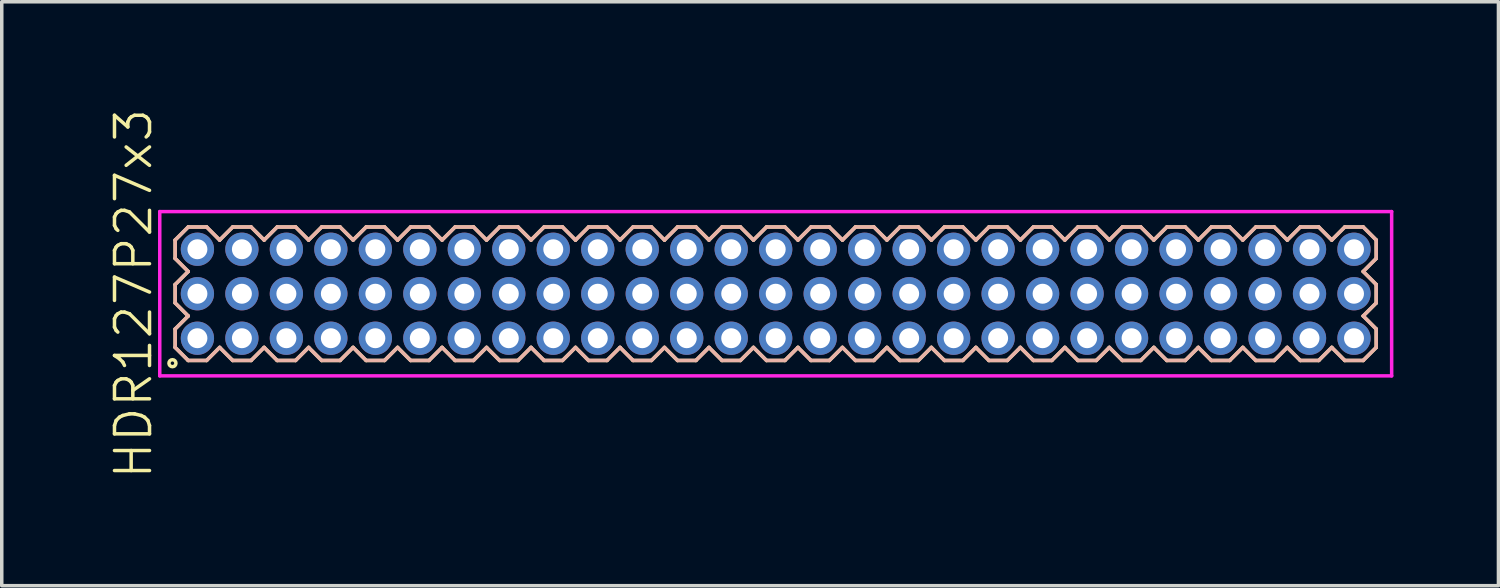
<source format=kicad_pcb>
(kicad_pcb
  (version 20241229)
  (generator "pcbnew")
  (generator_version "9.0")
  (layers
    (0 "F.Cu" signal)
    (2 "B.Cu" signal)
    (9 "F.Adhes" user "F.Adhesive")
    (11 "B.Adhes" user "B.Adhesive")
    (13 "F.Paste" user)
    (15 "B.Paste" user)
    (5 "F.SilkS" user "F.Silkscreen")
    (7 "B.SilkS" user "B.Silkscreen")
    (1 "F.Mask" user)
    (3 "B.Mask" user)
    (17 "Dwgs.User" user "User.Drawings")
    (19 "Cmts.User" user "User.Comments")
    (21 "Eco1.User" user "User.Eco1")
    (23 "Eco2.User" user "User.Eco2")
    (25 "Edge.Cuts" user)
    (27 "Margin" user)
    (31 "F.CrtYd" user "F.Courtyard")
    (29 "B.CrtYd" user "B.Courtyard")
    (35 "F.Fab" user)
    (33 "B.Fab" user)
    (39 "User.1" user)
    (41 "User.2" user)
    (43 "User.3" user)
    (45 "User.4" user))
  (footprint "HDR127P27x3"
    (layer "F.Cu")
    (at 19.096 5.336)
    (property "Reference" "HDR127P27x3" (at -18.335 0 90) (layer "F.SilkS") (effects (font (size 1 1) (thickness 0.1))))
    (attr through_hole)
    (fp_line (start -17.145 -1.533) (end -16.773 -1.905) (stroke (width 0.1) (type solid)) (layer "F.SilkS"))
    (fp_line (start -17.145 -1.007) (end -17.145 -1.533) (stroke (width 0.1) (type solid)) (layer "F.SilkS"))
    (fp_line (start -17.145 -0.263) (end -16.773 -0.635) (stroke (width 0.1) (type solid)) (layer "F.SilkS"))
    (fp_line (start -17.145 0.263) (end -17.145 -0.263) (stroke (width 0.1) (type solid)) (layer "F.SilkS"))
    (fp_line (start -17.145 1.007) (end -16.773 0.635) (stroke (width 0.1) (type solid)) (layer "F.SilkS"))
    (fp_line (start -17.145 1.533) (end -17.145 1.007) (stroke (width 0.1) (type solid)) (layer "F.SilkS"))
    (fp_line (start -16.773 -1.905) (end -16.247 -1.905) (stroke (width 0.1) (type solid)) (layer "F.SilkS"))
    (fp_line (start -16.773 -0.635) (end -17.145 -1.007) (stroke (width 0.1) (type solid)) (layer "F.SilkS"))
    (fp_line (start -16.773 0.635) (end -17.145 0.263) (stroke (width 0.1) (type solid)) (layer "F.SilkS"))
    (fp_line (start -16.773 1.905) (end -17.145 1.533) (stroke (width 0.1) (type solid)) (layer "F.SilkS"))
    (fp_line (start -16.247 -1.905) (end -15.875 -1.533) (stroke (width 0.1) (type solid)) (layer "F.SilkS"))
    (fp_line (start -16.247 1.905) (end -16.773 1.905) (stroke (width 0.1) (type solid)) (layer "F.SilkS"))
    (fp_line (start -15.875 -1.533) (end -15.503 -1.905) (stroke (width 0.1) (type solid)) (layer "F.SilkS"))
    (fp_line (start -15.875 1.533) (end -16.247 1.905) (stroke (width 0.1) (type solid)) (layer "F.SilkS"))
    (fp_line (start -15.503 -1.905) (end -14.977 -1.905) (stroke (width 0.1) (type solid)) (layer "F.SilkS"))
    (fp_line (start -15.503 1.905) (end -15.875 1.533) (stroke (width 0.1) (type solid)) (layer "F.SilkS"))
    (fp_line (start -14.977 -1.905) (end -14.605 -1.533) (stroke (width 0.1) (type solid)) (layer "F.SilkS"))
    (fp_line (start -14.977 1.905) (end -15.503 1.905) (stroke (width 0.1) (type solid)) (layer "F.SilkS"))
    (fp_line (start -14.605 -1.533) (end -14.233 -1.905) (stroke (width 0.1) (type solid)) (layer "F.SilkS"))
    (fp_line (start -14.605 1.533) (end -14.977 1.905) (stroke (width 0.1) (type solid)) (layer "F.SilkS"))
    (fp_line (start -14.233 -1.905) (end -13.707 -1.905) (stroke (width 0.1) (type solid)) (layer "F.SilkS"))
    (fp_line (start -14.233 1.905) (end -14.605 1.533) (stroke (width 0.1) (type solid)) (layer "F.SilkS"))
    (fp_line (start -13.707 -1.905) (end -13.335 -1.533) (stroke (width 0.1) (type solid)) (layer "F.SilkS"))
    (fp_line (start -13.707 1.905) (end -14.233 1.905) (stroke (width 0.1) (type solid)) (layer "F.SilkS"))
    (fp_line (start -13.335 -1.533) (end -12.963 -1.905) (stroke (width 0.1) (type solid)) (layer "F.SilkS"))
    (fp_line (start -13.335 1.533) (end -13.707 1.905) (stroke (width 0.1) (type solid)) (layer "F.SilkS"))
    (fp_line (start -12.963 -1.905) (end -12.437 -1.905) (stroke (width 0.1) (type solid)) (layer "F.SilkS"))
    (fp_line (start -12.963 1.905) (end -13.335 1.533) (stroke (width 0.1) (type solid)) (layer "F.SilkS"))
    (fp_line (start -12.437 -1.905) (end -12.065 -1.533) (stroke (width 0.1) (type solid)) (layer "F.SilkS"))
    (fp_line (start -12.437 1.905) (end -12.963 1.905) (stroke (width 0.1) (type solid)) (layer "F.SilkS"))
    (fp_line (start -12.065 -1.533) (end -11.693 -1.905) (stroke (width 0.1) (type solid)) (layer "F.SilkS"))
    (fp_line (start -12.065 1.533) (end -12.437 1.905) (stroke (width 0.1) (type solid)) (layer "F.SilkS"))
    (fp_line (start -11.693 -1.905) (end -11.167 -1.905) (stroke (width 0.1) (type solid)) (layer "F.SilkS"))
    (fp_line (start -11.693 1.905) (end -12.065 1.533) (stroke (width 0.1) (type solid)) (layer "F.SilkS"))
    (fp_line (start -11.167 -1.905) (end -10.795 -1.533) (stroke (width 0.1) (type solid)) (layer "F.SilkS"))
    (fp_line (start -11.167 1.905) (end -11.693 1.905) (stroke (width 0.1) (type solid)) (layer "F.SilkS"))
    (fp_line (start -10.795 -1.533) (end -10.423 -1.905) (stroke (width 0.1) (type solid)) (layer "F.SilkS"))
    (fp_line (start -10.795 1.533) (end -11.167 1.905) (stroke (width 0.1) (type solid)) (layer "F.SilkS"))
    (fp_line (start -10.423 -1.905) (end -9.897 -1.905) (stroke (width 0.1) (type solid)) (layer "F.SilkS"))
    (fp_line (start -10.423 1.905) (end -10.795 1.533) (stroke (width 0.1) (type solid)) (layer "F.SilkS"))
    (fp_line (start -9.897 -1.905) (end -9.525 -1.533) (stroke (width 0.1) (type solid)) (layer "F.SilkS"))
    (fp_line (start -9.897 1.905) (end -10.423 1.905) (stroke (width 0.1) (type solid)) (layer "F.SilkS"))
    (fp_line (start -9.525 -1.533) (end -9.153 -1.905) (stroke (width 0.1) (type solid)) (layer "F.SilkS"))
    (fp_line (start -9.525 1.533) (end -9.897 1.905) (stroke (width 0.1) (type solid)) (layer "F.SilkS"))
    (fp_line (start -9.153 -1.905) (end -8.627 -1.905) (stroke (width 0.1) (type solid)) (layer "F.SilkS"))
    (fp_line (start -9.153 1.905) (end -9.525 1.533) (stroke (width 0.1) (type solid)) (layer "F.SilkS"))
    (fp_line (start -8.627 -1.905) (end -8.255 -1.533) (stroke (width 0.1) (type solid)) (layer "F.SilkS"))
    (fp_line (start -8.627 1.905) (end -9.153 1.905) (stroke (width 0.1) (type solid)) (layer "F.SilkS"))
    (fp_line (start -8.255 -1.533) (end -7.883 -1.905) (stroke (width 0.1) (type solid)) (layer "F.SilkS"))
    (fp_line (start -8.255 1.533) (end -8.627 1.905) (stroke (width 0.1) (type solid)) (layer "F.SilkS"))
    (fp_line (start -7.883 -1.905) (end -7.357 -1.905) (stroke (width 0.1) (type solid)) (layer "F.SilkS"))
    (fp_line (start -7.883 1.905) (end -8.255 1.533) (stroke (width 0.1) (type solid)) (layer "F.SilkS"))
    (fp_line (start -7.357 -1.905) (end -6.985 -1.533) (stroke (width 0.1) (type solid)) (layer "F.SilkS"))
    (fp_line (start -7.357 1.905) (end -7.883 1.905) (stroke (width 0.1) (type solid)) (layer "F.SilkS"))
    (fp_line (start -6.985 -1.533) (end -6.613 -1.905) (stroke (width 0.1) (type solid)) (layer "F.SilkS"))
    (fp_line (start -6.985 1.533) (end -7.357 1.905) (stroke (width 0.1) (type solid)) (layer "F.SilkS"))
    (fp_line (start -6.613 -1.905) (end -6.087 -1.905) (stroke (width 0.1) (type solid)) (layer "F.SilkS"))
    (fp_line (start -6.613 1.905) (end -6.985 1.533) (stroke (width 0.1) (type solid)) (layer "F.SilkS"))
    (fp_line (start -6.087 -1.905) (end -5.715 -1.533) (stroke (width 0.1) (type solid)) (layer "F.SilkS"))
    (fp_line (start -6.087 1.905) (end -6.613 1.905) (stroke (width 0.1) (type solid)) (layer "F.SilkS"))
    (fp_line (start -5.715 -1.533) (end -5.343 -1.905) (stroke (width 0.1) (type solid)) (layer "F.SilkS"))
    (fp_line (start -5.715 1.533) (end -6.087 1.905) (stroke (width 0.1) (type solid)) (layer "F.SilkS"))
    (fp_line (start -5.343 -1.905) (end -4.817 -1.905) (stroke (width 0.1) (type solid)) (layer "F.SilkS"))
    (fp_line (start -5.343 1.905) (end -5.715 1.533) (stroke (width 0.1) (type solid)) (layer "F.SilkS"))
    (fp_line (start -4.817 -1.905) (end -4.445 -1.533) (stroke (width 0.1) (type solid)) (layer "F.SilkS"))
    (fp_line (start -4.817 1.905) (end -5.343 1.905) (stroke (width 0.1) (type solid)) (layer "F.SilkS"))
    (fp_line (start -4.445 -1.533) (end -4.073 -1.905) (stroke (width 0.1) (type solid)) (layer "F.SilkS"))
    (fp_line (start -4.445 1.533) (end -4.817 1.905) (stroke (width 0.1) (type solid)) (layer "F.SilkS"))
    (fp_line (start -4.073 -1.905) (end -3.547 -1.905) (stroke (width 0.1) (type solid)) (layer "F.SilkS"))
    (fp_line (start -4.073 1.905) (end -4.445 1.533) (stroke (width 0.1) (type solid)) (layer "F.SilkS"))
    (fp_line (start -3.547 -1.905) (end -3.175 -1.533) (stroke (width 0.1) (type solid)) (layer "F.SilkS"))
    (fp_line (start -3.547 1.905) (end -4.073 1.905) (stroke (width 0.1) (type solid)) (layer "F.SilkS"))
    (fp_line (start -3.175 -1.533) (end -2.803 -1.905) (stroke (width 0.1) (type solid)) (layer "F.SilkS"))
    (fp_line (start -3.175 1.533) (end -3.547 1.905) (stroke (width 0.1) (type solid)) (layer "F.SilkS"))
    (fp_line (start -2.803 -1.905) (end -2.277 -1.905) (stroke (width 0.1) (type solid)) (layer "F.SilkS"))
    (fp_line (start -2.803 1.905) (end -3.175 1.533) (stroke (width 0.1) (type solid)) (layer "F.SilkS"))
    (fp_line (start -2.277 -1.905) (end -1.905 -1.533) (stroke (width 0.1) (type solid)) (layer "F.SilkS"))
    (fp_line (start -2.277 1.905) (end -2.803 1.905) (stroke (width 0.1) (type solid)) (layer "F.SilkS"))
    (fp_line (start -1.905 -1.533) (end -1.533 -1.905) (stroke (width 0.1) (type solid)) (layer "F.SilkS"))
    (fp_line (start -1.905 1.533) (end -2.277 1.905) (stroke (width 0.1) (type solid)) (layer "F.SilkS"))
    (fp_line (start -1.533 -1.905) (end -1.007 -1.905) (stroke (width 0.1) (type solid)) (layer "F.SilkS"))
    (fp_line (start -1.533 1.905) (end -1.905 1.533) (stroke (width 0.1) (type solid)) (layer "F.SilkS"))
    (fp_line (start -1.007 -1.905) (end -0.635 -1.533) (stroke (width 0.1) (type solid)) (layer "F.SilkS"))
    (fp_line (start -1.007 1.905) (end -1.533 1.905) (stroke (width 0.1) (type solid)) (layer "F.SilkS"))
    (fp_line (start -0.635 -1.533) (end -0.263 -1.905) (stroke (width 0.1) (type solid)) (layer "F.SilkS"))
    (fp_line (start -0.635 1.533) (end -1.007 1.905) (stroke (width 0.1) (type solid)) (layer "F.SilkS"))
    (fp_line (start -0.263 -1.905) (end 0.263 -1.905) (stroke (width 0.1) (type solid)) (layer "F.SilkS"))
    (fp_line (start -0.263 1.905) (end -0.635 1.533) (stroke (width 0.1) (type solid)) (layer "F.SilkS"))
    (fp_line (start 0.263 -1.905) (end 0.635 -1.533) (stroke (width 0.1) (type solid)) (layer "F.SilkS"))
    (fp_line (start 0.263 1.905) (end -0.263 1.905) (stroke (width 0.1) (type solid)) (layer "F.SilkS"))
    (fp_line (start 0.635 -1.533) (end 1.007 -1.905) (stroke (width 0.1) (type solid)) (layer "F.SilkS"))
    (fp_line (start 0.635 1.533) (end 0.263 1.905) (stroke (width 0.1) (type solid)) (layer "F.SilkS"))
    (fp_line (start 1.007 -1.905) (end 1.533 -1.905) (stroke (width 0.1) (type solid)) (layer "F.SilkS"))
    (fp_line (start 1.007 1.905) (end 0.635 1.533) (stroke (width 0.1) (type solid)) (layer "F.SilkS"))
    (fp_line (start 1.533 -1.905) (end 1.905 -1.533) (stroke (width 0.1) (type solid)) (layer "F.SilkS"))
    (fp_line (start 1.533 1.905) (end 1.007 1.905) (stroke (width 0.1) (type solid)) (layer "F.SilkS"))
    (fp_line (start 1.905 -1.533) (end 2.277 -1.905) (stroke (width 0.1) (type solid)) (layer "F.SilkS"))
    (fp_line (start 1.905 1.533) (end 1.533 1.905) (stroke (width 0.1) (type solid)) (layer "F.SilkS"))
    (fp_line (start 2.277 -1.905) (end 2.803 -1.905) (stroke (width 0.1) (type solid)) (layer "F.SilkS"))
    (fp_line (start 2.277 1.905) (end 1.905 1.533) (stroke (width 0.1) (type solid)) (layer "F.SilkS"))
    (fp_line (start 2.803 -1.905) (end 3.175 -1.533) (stroke (width 0.1) (type solid)) (layer "F.SilkS"))
    (fp_line (start 2.803 1.905) (end 2.277 1.905) (stroke (width 0.1) (type solid)) (layer "F.SilkS"))
    (fp_line (start 3.175 -1.533) (end 3.547 -1.905) (stroke (width 0.1) (type solid)) (layer "F.SilkS"))
    (fp_line (start 3.175 1.533) (end 2.803 1.905) (stroke (width 0.1) (type solid)) (layer "F.SilkS"))
    (fp_line (start 3.547 -1.905) (end 4.073 -1.905) (stroke (width 0.1) (type solid)) (layer "F.SilkS"))
    (fp_line (start 3.547 1.905) (end 3.175 1.533) (stroke (width 0.1) (type solid)) (layer "F.SilkS"))
    (fp_line (start 4.073 -1.905) (end 4.445 -1.533) (stroke (width 0.1) (type solid)) (layer "F.SilkS"))
    (fp_line (start 4.073 1.905) (end 3.547 1.905) (stroke (width 0.1) (type solid)) (layer "F.SilkS"))
    (fp_line (start 4.445 -1.533) (end 4.817 -1.905) (stroke (width 0.1) (type solid)) (layer "F.SilkS"))
    (fp_line (start 4.445 1.533) (end 4.073 1.905) (stroke (width 0.1) (type solid)) (layer "F.SilkS"))
    (fp_line (start 4.817 -1.905) (end 5.343 -1.905) (stroke (width 0.1) (type solid)) (layer "F.SilkS"))
    (fp_line (start 4.817 1.905) (end 4.445 1.533) (stroke (width 0.1) (type solid)) (layer "F.SilkS"))
    (fp_line (start 5.343 -1.905) (end 5.715 -1.533) (stroke (width 0.1) (type solid)) (layer "F.SilkS"))
    (fp_line (start 5.343 1.905) (end 4.817 1.905) (stroke (width 0.1) (type solid)) (layer "F.SilkS"))
    (fp_line (start 5.715 -1.533) (end 6.087 -1.905) (stroke (width 0.1) (type solid)) (layer "F.SilkS"))
    (fp_line (start 5.715 1.533) (end 5.343 1.905) (stroke (width 0.1) (type solid)) (layer "F.SilkS"))
    (fp_line (start 6.087 -1.905) (end 6.613 -1.905) (stroke (width 0.1) (type solid)) (layer "F.SilkS"))
    (fp_line (start 6.087 1.905) (end 5.715 1.533) (stroke (width 0.1) (type solid)) (layer "F.SilkS"))
    (fp_line (start 6.613 -1.905) (end 6.985 -1.533) (stroke (width 0.1) (type solid)) (layer "F.SilkS"))
    (fp_line (start 6.613 1.905) (end 6.087 1.905) (stroke (width 0.1) (type solid)) (layer "F.SilkS"))
    (fp_line (start 6.985 -1.533) (end 7.357 -1.905) (stroke (width 0.1) (type solid)) (layer "F.SilkS"))
    (fp_line (start 6.985 1.533) (end 6.613 1.905) (stroke (width 0.1) (type solid)) (layer "F.SilkS"))
    (fp_line (start 7.357 -1.905) (end 7.883 -1.905) (stroke (width 0.1) (type solid)) (layer "F.SilkS"))
    (fp_line (start 7.357 1.905) (end 6.985 1.533) (stroke (width 0.1) (type solid)) (layer "F.SilkS"))
    (fp_line (start 7.883 -1.905) (end 8.255 -1.533) (stroke (width 0.1) (type solid)) (layer "F.SilkS"))
    (fp_line (start 7.883 1.905) (end 7.357 1.905) (stroke (width 0.1) (type solid)) (layer "F.SilkS"))
    (fp_line (start 8.255 -1.533) (end 8.627 -1.905) (stroke (width 0.1) (type solid)) (layer "F.SilkS"))
    (fp_line (start 8.255 1.533) (end 7.883 1.905) (stroke (width 0.1) (type solid)) (layer "F.SilkS"))
    (fp_line (start 8.627 -1.905) (end 9.153 -1.905) (stroke (width 0.1) (type solid)) (layer "F.SilkS"))
    (fp_line (start 8.627 1.905) (end 8.255 1.533) (stroke (width 0.1) (type solid)) (layer "F.SilkS"))
    (fp_line (start 9.153 -1.905) (end 9.525 -1.533) (stroke (width 0.1) (type solid)) (layer "F.SilkS"))
    (fp_line (start 9.153 1.905) (end 8.627 1.905) (stroke (width 0.1) (type solid)) (layer "F.SilkS"))
    (fp_line (start 9.525 -1.533) (end 9.897 -1.905) (stroke (width 0.1) (type solid)) (layer "F.SilkS"))
    (fp_line (start 9.525 1.533) (end 9.153 1.905) (stroke (width 0.1) (type solid)) (layer "F.SilkS"))
    (fp_line (start 9.897 -1.905) (end 10.423 -1.905) (stroke (width 0.1) (type solid)) (layer "F.SilkS"))
    (fp_line (start 9.897 1.905) (end 9.525 1.533) (stroke (width 0.1) (type solid)) (layer "F.SilkS"))
    (fp_line (start 10.423 -1.905) (end 10.795 -1.533) (stroke (width 0.1) (type solid)) (layer "F.SilkS"))
    (fp_line (start 10.423 1.905) (end 9.897 1.905) (stroke (width 0.1) (type solid)) (layer "F.SilkS"))
    (fp_line (start 10.795 -1.533) (end 11.167 -1.905) (stroke (width 0.1) (type solid)) (layer "F.SilkS"))
    (fp_line (start 10.795 1.533) (end 10.423 1.905) (stroke (width 0.1) (type solid)) (layer "F.SilkS"))
    (fp_line (start 11.167 -1.905) (end 11.693 -1.905) (stroke (width 0.1) (type solid)) (layer "F.SilkS"))
    (fp_line (start 11.167 1.905) (end 10.795 1.533) (stroke (width 0.1) (type solid)) (layer "F.SilkS"))
    (fp_line (start 11.693 -1.905) (end 12.065 -1.533) (stroke (width 0.1) (type solid)) (layer "F.SilkS"))
    (fp_line (start 11.693 1.905) (end 11.167 1.905) (stroke (width 0.1) (type solid)) (layer "F.SilkS"))
    (fp_line (start 12.065 -1.533) (end 12.437 -1.905) (stroke (width 0.1) (type solid)) (layer "F.SilkS"))
    (fp_line (start 12.065 1.533) (end 11.693 1.905) (stroke (width 0.1) (type solid)) (layer "F.SilkS"))
    (fp_line (start 12.437 -1.905) (end 12.963 -1.905) (stroke (width 0.1) (type solid)) (layer "F.SilkS"))
    (fp_line (start 12.437 1.905) (end 12.065 1.533) (stroke (width 0.1) (type solid)) (layer "F.SilkS"))
    (fp_line (start 12.963 -1.905) (end 13.335 -1.533) (stroke (width 0.1) (type solid)) (layer "F.SilkS"))
    (fp_line (start 12.963 1.905) (end 12.437 1.905) (stroke (width 0.1) (type solid)) (layer "F.SilkS"))
    (fp_line (start 13.335 -1.533) (end 13.707 -1.905) (stroke (width 0.1) (type solid)) (layer "F.SilkS"))
    (fp_line (start 13.335 1.533) (end 12.963 1.905) (stroke (width 0.1) (type solid)) (layer "F.SilkS"))
    (fp_line (start 13.707 -1.905) (end 14.233 -1.905) (stroke (width 0.1) (type solid)) (layer "F.SilkS"))
    (fp_line (start 13.707 1.905) (end 13.335 1.533) (stroke (width 0.1) (type solid)) (layer "F.SilkS"))
    (fp_line (start 14.233 -1.905) (end 14.605 -1.533) (stroke (width 0.1) (type solid)) (layer "F.SilkS"))
    (fp_line (start 14.233 1.905) (end 13.707 1.905) (stroke (width 0.1) (type solid)) (layer "F.SilkS"))
    (fp_line (start 14.605 -1.533) (end 14.977 -1.905) (stroke (width 0.1) (type solid)) (layer "F.SilkS"))
    (fp_line (start 14.605 1.533) (end 14.233 1.905) (stroke (width 0.1) (type solid)) (layer "F.SilkS"))
    (fp_line (start 14.977 -1.905) (end 15.503 -1.905) (stroke (width 0.1) (type solid)) (layer "F.SilkS"))
    (fp_line (start 14.977 1.905) (end 14.605 1.533) (stroke (width 0.1) (type solid)) (layer "F.SilkS"))
    (fp_line (start 15.503 -1.905) (end 15.875 -1.533) (stroke (width 0.1) (type solid)) (layer "F.SilkS"))
    (fp_line (start 15.503 1.905) (end 14.977 1.905) (stroke (width 0.1) (type solid)) (layer "F.SilkS"))
    (fp_line (start 15.875 -1.533) (end 16.247 -1.905) (stroke (width 0.1) (type solid)) (layer "F.SilkS"))
    (fp_line (start 15.875 1.533) (end 15.503 1.905) (stroke (width 0.1) (type solid)) (layer "F.SilkS"))
    (fp_line (start 16.247 -1.905) (end 16.773 -1.905) (stroke (width 0.1) (type solid)) (layer "F.SilkS"))
    (fp_line (start 16.247 1.905) (end 15.875 1.533) (stroke (width 0.1) (type solid)) (layer "F.SilkS"))
    (fp_line (start 16.773 -1.905) (end 17.145 -1.533) (stroke (width 0.1) (type solid)) (layer "F.SilkS"))
    (fp_line (start 16.773 -0.635) (end 17.145 -0.263) (stroke (width 0.1) (type solid)) (layer "F.SilkS"))
    (fp_line (start 16.773 0.635) (end 17.145 1.007) (stroke (width 0.1) (type solid)) (layer "F.SilkS"))
    (fp_line (start 16.773 1.905) (end 16.247 1.905) (stroke (width 0.1) (type solid)) (layer "F.SilkS"))
    (fp_line (start 17.145 -1.533) (end 17.145 -1.007) (stroke (width 0.1) (type solid)) (layer "F.SilkS"))
    (fp_line (start 17.145 -1.007) (end 16.773 -0.635) (stroke (width 0.1) (type solid)) (layer "F.SilkS"))
    (fp_line (start 17.145 -0.263) (end 17.145 0.263) (stroke (width 0.1) (type solid)) (layer "F.SilkS"))
    (fp_line (start 17.145 0.263) (end 16.773 0.635) (stroke (width 0.1) (type solid)) (layer "F.SilkS"))
    (fp_line (start 17.145 1.007) (end 17.145 1.533) (stroke (width 0.1) (type solid)) (layer "F.SilkS"))
    (fp_line (start 17.145 1.533) (end 16.773 1.905) (stroke (width 0.1) (type solid)) (layer "F.SilkS"))
    (fp_circle (center -17.223 1.983) (end -17.123 1.983) (stroke (width 0.1) (type solid)) (fill no) (layer "F.SilkS"))
    (fp_line (start -17.145 -1.533) (end -16.773 -1.905) (stroke (width 0.1) (type solid)) (layer "B.SilkS"))
    (fp_line (start -17.145 -1.007) (end -17.145 -1.533) (stroke (width 0.1) (type solid)) (layer "B.SilkS"))
    (fp_line (start -17.145 -0.263) (end -16.773 -0.635) (stroke (width 0.1) (type solid)) (layer "B.SilkS"))
    (fp_line (start -17.145 0.263) (end -17.145 -0.263) (stroke (width 0.1) (type solid)) (layer "B.SilkS"))
    (fp_line (start -17.145 1.007) (end -16.773 0.635) (stroke (width 0.1) (type solid)) (layer "B.SilkS"))
    (fp_line (start -17.145 1.533) (end -17.145 1.007) (stroke (width 0.1) (type solid)) (layer "B.SilkS"))
    (fp_line (start -16.773 -1.905) (end -16.247 -1.905) (stroke (width 0.1) (type solid)) (layer "B.SilkS"))
    (fp_line (start -16.773 -0.635) (end -17.145 -1.007) (stroke (width 0.1) (type solid)) (layer "B.SilkS"))
    (fp_line (start -16.773 0.635) (end -17.145 0.263) (stroke (width 0.1) (type solid)) (layer "B.SilkS"))
    (fp_line (start -16.773 1.905) (end -17.145 1.533) (stroke (width 0.1) (type solid)) (layer "B.SilkS"))
    (fp_line (start -16.247 -1.905) (end -15.875 -1.533) (stroke (width 0.1) (type solid)) (layer "B.SilkS"))
    (fp_line (start -16.247 1.905) (end -16.773 1.905) (stroke (width 0.1) (type solid)) (layer "B.SilkS"))
    (fp_line (start -15.875 -1.533) (end -15.503 -1.905) (stroke (width 0.1) (type solid)) (layer "B.SilkS"))
    (fp_line (start -15.875 1.533) (end -16.247 1.905) (stroke (width 0.1) (type solid)) (layer "B.SilkS"))
    (fp_line (start -15.503 -1.905) (end -14.977 -1.905) (stroke (width 0.1) (type solid)) (layer "B.SilkS"))
    (fp_line (start -15.503 1.905) (end -15.875 1.533) (stroke (width 0.1) (type solid)) (layer "B.SilkS"))
    (fp_line (start -14.977 -1.905) (end -14.605 -1.533) (stroke (width 0.1) (type solid)) (layer "B.SilkS"))
    (fp_line (start -14.977 1.905) (end -15.503 1.905) (stroke (width 0.1) (type solid)) (layer "B.SilkS"))
    (fp_line (start -14.605 -1.533) (end -14.233 -1.905) (stroke (width 0.1) (type solid)) (layer "B.SilkS"))
    (fp_line (start -14.605 1.533) (end -14.977 1.905) (stroke (width 0.1) (type solid)) (layer "B.SilkS"))
    (fp_line (start -14.233 -1.905) (end -13.707 -1.905) (stroke (width 0.1) (type solid)) (layer "B.SilkS"))
    (fp_line (start -14.233 1.905) (end -14.605 1.533) (stroke (width 0.1) (type solid)) (layer "B.SilkS"))
    (fp_line (start -13.707 -1.905) (end -13.335 -1.533) (stroke (width 0.1) (type solid)) (layer "B.SilkS"))
    (fp_line (start -13.707 1.905) (end -14.233 1.905) (stroke (width 0.1) (type solid)) (layer "B.SilkS"))
    (fp_line (start -13.335 -1.533) (end -12.963 -1.905) (stroke (width 0.1) (type solid)) (layer "B.SilkS"))
    (fp_line (start -13.335 1.533) (end -13.707 1.905) (stroke (width 0.1) (type solid)) (layer "B.SilkS"))
    (fp_line (start -12.963 -1.905) (end -12.437 -1.905) (stroke (width 0.1) (type solid)) (layer "B.SilkS"))
    (fp_line (start -12.963 1.905) (end -13.335 1.533) (stroke (width 0.1) (type solid)) (layer "B.SilkS"))
    (fp_line (start -12.437 -1.905) (end -12.065 -1.533) (stroke (width 0.1) (type solid)) (layer "B.SilkS"))
    (fp_line (start -12.437 1.905) (end -12.963 1.905) (stroke (width 0.1) (type solid)) (layer "B.SilkS"))
    (fp_line (start -12.065 -1.533) (end -11.693 -1.905) (stroke (width 0.1) (type solid)) (layer "B.SilkS"))
    (fp_line (start -12.065 1.533) (end -12.437 1.905) (stroke (width 0.1) (type solid)) (layer "B.SilkS"))
    (fp_line (start -11.693 -1.905) (end -11.167 -1.905) (stroke (width 0.1) (type solid)) (layer "B.SilkS"))
    (fp_line (start -11.693 1.905) (end -12.065 1.533) (stroke (width 0.1) (type solid)) (layer "B.SilkS"))
    (fp_line (start -11.167 -1.905) (end -10.795 -1.533) (stroke (width 0.1) (type solid)) (layer "B.SilkS"))
    (fp_line (start -11.167 1.905) (end -11.693 1.905) (stroke (width 0.1) (type solid)) (layer "B.SilkS"))
    (fp_line (start -10.795 -1.533) (end -10.423 -1.905) (stroke (width 0.1) (type solid)) (layer "B.SilkS"))
    (fp_line (start -10.795 1.533) (end -11.167 1.905) (stroke (width 0.1) (type solid)) (layer "B.SilkS"))
    (fp_line (start -10.423 -1.905) (end -9.897 -1.905) (stroke (width 0.1) (type solid)) (layer "B.SilkS"))
    (fp_line (start -10.423 1.905) (end -10.795 1.533) (stroke (width 0.1) (type solid)) (layer "B.SilkS"))
    (fp_line (start -9.897 -1.905) (end -9.525 -1.533) (stroke (width 0.1) (type solid)) (layer "B.SilkS"))
    (fp_line (start -9.897 1.905) (end -10.423 1.905) (stroke (width 0.1) (type solid)) (layer "B.SilkS"))
    (fp_line (start -9.525 -1.533) (end -9.153 -1.905) (stroke (width 0.1) (type solid)) (layer "B.SilkS"))
    (fp_line (start -9.525 1.533) (end -9.897 1.905) (stroke (width 0.1) (type solid)) (layer "B.SilkS"))
    (fp_line (start -9.153 -1.905) (end -8.627 -1.905) (stroke (width 0.1) (type solid)) (layer "B.SilkS"))
    (fp_line (start -9.153 1.905) (end -9.525 1.533) (stroke (width 0.1) (type solid)) (layer "B.SilkS"))
    (fp_line (start -8.627 -1.905) (end -8.255 -1.533) (stroke (width 0.1) (type solid)) (layer "B.SilkS"))
    (fp_line (start -8.627 1.905) (end -9.153 1.905) (stroke (width 0.1) (type solid)) (layer "B.SilkS"))
    (fp_line (start -8.255 -1.533) (end -7.883 -1.905) (stroke (width 0.1) (type solid)) (layer "B.SilkS"))
    (fp_line (start -8.255 1.533) (end -8.627 1.905) (stroke (width 0.1) (type solid)) (layer "B.SilkS"))
    (fp_line (start -7.883 -1.905) (end -7.357 -1.905) (stroke (width 0.1) (type solid)) (layer "B.SilkS"))
    (fp_line (start -7.883 1.905) (end -8.255 1.533) (stroke (width 0.1) (type solid)) (layer "B.SilkS"))
    (fp_line (start -7.357 -1.905) (end -6.985 -1.533) (stroke (width 0.1) (type solid)) (layer "B.SilkS"))
    (fp_line (start -7.357 1.905) (end -7.883 1.905) (stroke (width 0.1) (type solid)) (layer "B.SilkS"))
    (fp_line (start -6.985 -1.533) (end -6.613 -1.905) (stroke (width 0.1) (type solid)) (layer "B.SilkS"))
    (fp_line (start -6.985 1.533) (end -7.357 1.905) (stroke (width 0.1) (type solid)) (layer "B.SilkS"))
    (fp_line (start -6.613 -1.905) (end -6.087 -1.905) (stroke (width 0.1) (type solid)) (layer "B.SilkS"))
    (fp_line (start -6.613 1.905) (end -6.985 1.533) (stroke (width 0.1) (type solid)) (layer "B.SilkS"))
    (fp_line (start -6.087 -1.905) (end -5.715 -1.533) (stroke (width 0.1) (type solid)) (layer "B.SilkS"))
    (fp_line (start -6.087 1.905) (end -6.613 1.905) (stroke (width 0.1) (type solid)) (layer "B.SilkS"))
    (fp_line (start -5.715 -1.533) (end -5.343 -1.905) (stroke (width 0.1) (type solid)) (layer "B.SilkS"))
    (fp_line (start -5.715 1.533) (end -6.087 1.905) (stroke (width 0.1) (type solid)) (layer "B.SilkS"))
    (fp_line (start -5.343 -1.905) (end -4.817 -1.905) (stroke (width 0.1) (type solid)) (layer "B.SilkS"))
    (fp_line (start -5.343 1.905) (end -5.715 1.533) (stroke (width 0.1) (type solid)) (layer "B.SilkS"))
    (fp_line (start -4.817 -1.905) (end -4.445 -1.533) (stroke (width 0.1) (type solid)) (layer "B.SilkS"))
    (fp_line (start -4.817 1.905) (end -5.343 1.905) (stroke (width 0.1) (type solid)) (layer "B.SilkS"))
    (fp_line (start -4.445 -1.533) (end -4.073 -1.905) (stroke (width 0.1) (type solid)) (layer "B.SilkS"))
    (fp_line (start -4.445 1.533) (end -4.817 1.905) (stroke (width 0.1) (type solid)) (layer "B.SilkS"))
    (fp_line (start -4.073 -1.905) (end -3.547 -1.905) (stroke (width 0.1) (type solid)) (layer "B.SilkS"))
    (fp_line (start -4.073 1.905) (end -4.445 1.533) (stroke (width 0.1) (type solid)) (layer "B.SilkS"))
    (fp_line (start -3.547 -1.905) (end -3.175 -1.533) (stroke (width 0.1) (type solid)) (layer "B.SilkS"))
    (fp_line (start -3.547 1.905) (end -4.073 1.905) (stroke (width 0.1) (type solid)) (layer "B.SilkS"))
    (fp_line (start -3.175 -1.533) (end -2.803 -1.905) (stroke (width 0.1) (type solid)) (layer "B.SilkS"))
    (fp_line (start -3.175 1.533) (end -3.547 1.905) (stroke (width 0.1) (type solid)) (layer "B.SilkS"))
    (fp_line (start -2.803 -1.905) (end -2.277 -1.905) (stroke (width 0.1) (type solid)) (layer "B.SilkS"))
    (fp_line (start -2.803 1.905) (end -3.175 1.533) (stroke (width 0.1) (type solid)) (layer "B.SilkS"))
    (fp_line (start -2.277 -1.905) (end -1.905 -1.533) (stroke (width 0.1) (type solid)) (layer "B.SilkS"))
    (fp_line (start -2.277 1.905) (end -2.803 1.905) (stroke (width 0.1) (type solid)) (layer "B.SilkS"))
    (fp_line (start -1.905 -1.533) (end -1.533 -1.905) (stroke (width 0.1) (type solid)) (layer "B.SilkS"))
    (fp_line (start -1.905 1.533) (end -2.277 1.905) (stroke (width 0.1) (type solid)) (layer "B.SilkS"))
    (fp_line (start -1.533 -1.905) (end -1.007 -1.905) (stroke (width 0.1) (type solid)) (layer "B.SilkS"))
    (fp_line (start -1.533 1.905) (end -1.905 1.533) (stroke (width 0.1) (type solid)) (layer "B.SilkS"))
    (fp_line (start -1.007 -1.905) (end -0.635 -1.533) (stroke (width 0.1) (type solid)) (layer "B.SilkS"))
    (fp_line (start -1.007 1.905) (end -1.533 1.905) (stroke (width 0.1) (type solid)) (layer "B.SilkS"))
    (fp_line (start -0.635 -1.533) (end -0.263 -1.905) (stroke (width 0.1) (type solid)) (layer "B.SilkS"))
    (fp_line (start -0.635 1.533) (end -1.007 1.905) (stroke (width 0.1) (type solid)) (layer "B.SilkS"))
    (fp_line (start -0.263 -1.905) (end 0.263 -1.905) (stroke (width 0.1) (type solid)) (layer "B.SilkS"))
    (fp_line (start -0.263 1.905) (end -0.635 1.533) (stroke (width 0.1) (type solid)) (layer "B.SilkS"))
    (fp_line (start 0.263 -1.905) (end 0.635 -1.533) (stroke (width 0.1) (type solid)) (layer "B.SilkS"))
    (fp_line (start 0.263 1.905) (end -0.263 1.905) (stroke (width 0.1) (type solid)) (layer "B.SilkS"))
    (fp_line (start 0.635 -1.533) (end 1.007 -1.905) (stroke (width 0.1) (type solid)) (layer "B.SilkS"))
    (fp_line (start 0.635 1.533) (end 0.263 1.905) (stroke (width 0.1) (type solid)) (layer "B.SilkS"))
    (fp_line (start 1.007 -1.905) (end 1.533 -1.905) (stroke (width 0.1) (type solid)) (layer "B.SilkS"))
    (fp_line (start 1.007 1.905) (end 0.635 1.533) (stroke (width 0.1) (type solid)) (layer "B.SilkS"))
    (fp_line (start 1.533 -1.905) (end 1.905 -1.533) (stroke (width 0.1) (type solid)) (layer "B.SilkS"))
    (fp_line (start 1.533 1.905) (end 1.007 1.905) (stroke (width 0.1) (type solid)) (layer "B.SilkS"))
    (fp_line (start 1.905 -1.533) (end 2.277 -1.905) (stroke (width 0.1) (type solid)) (layer "B.SilkS"))
    (fp_line (start 1.905 1.533) (end 1.533 1.905) (stroke (width 0.1) (type solid)) (layer "B.SilkS"))
    (fp_line (start 2.277 -1.905) (end 2.803 -1.905) (stroke (width 0.1) (type solid)) (layer "B.SilkS"))
    (fp_line (start 2.277 1.905) (end 1.905 1.533) (stroke (width 0.1) (type solid)) (layer "B.SilkS"))
    (fp_line (start 2.803 -1.905) (end 3.175 -1.533) (stroke (width 0.1) (type solid)) (layer "B.SilkS"))
    (fp_line (start 2.803 1.905) (end 2.277 1.905) (stroke (width 0.1) (type solid)) (layer "B.SilkS"))
    (fp_line (start 3.175 -1.533) (end 3.547 -1.905) (stroke (width 0.1) (type solid)) (layer "B.SilkS"))
    (fp_line (start 3.175 1.533) (end 2.803 1.905) (stroke (width 0.1) (type solid)) (layer "B.SilkS"))
    (fp_line (start 3.547 -1.905) (end 4.073 -1.905) (stroke (width 0.1) (type solid)) (layer "B.SilkS"))
    (fp_line (start 3.547 1.905) (end 3.175 1.533) (stroke (width 0.1) (type solid)) (layer "B.SilkS"))
    (fp_line (start 4.073 -1.905) (end 4.445 -1.533) (stroke (width 0.1) (type solid)) (layer "B.SilkS"))
    (fp_line (start 4.073 1.905) (end 3.547 1.905) (stroke (width 0.1) (type solid)) (layer "B.SilkS"))
    (fp_line (start 4.445 -1.533) (end 4.817 -1.905) (stroke (width 0.1) (type solid)) (layer "B.SilkS"))
    (fp_line (start 4.445 1.533) (end 4.073 1.905) (stroke (width 0.1) (type solid)) (layer "B.SilkS"))
    (fp_line (start 4.817 -1.905) (end 5.343 -1.905) (stroke (width 0.1) (type solid)) (layer "B.SilkS"))
    (fp_line (start 4.817 1.905) (end 4.445 1.533) (stroke (width 0.1) (type solid)) (layer "B.SilkS"))
    (fp_line (start 5.343 -1.905) (end 5.715 -1.533) (stroke (width 0.1) (type solid)) (layer "B.SilkS"))
    (fp_line (start 5.343 1.905) (end 4.817 1.905) (stroke (width 0.1) (type solid)) (layer "B.SilkS"))
    (fp_line (start 5.715 -1.533) (end 6.087 -1.905) (stroke (width 0.1) (type solid)) (layer "B.SilkS"))
    (fp_line (start 5.715 1.533) (end 5.343 1.905) (stroke (width 0.1) (type solid)) (layer "B.SilkS"))
    (fp_line (start 6.087 -1.905) (end 6.613 -1.905) (stroke (width 0.1) (type solid)) (layer "B.SilkS"))
    (fp_line (start 6.087 1.905) (end 5.715 1.533) (stroke (width 0.1) (type solid)) (layer "B.SilkS"))
    (fp_line (start 6.613 -1.905) (end 6.985 -1.533) (stroke (width 0.1) (type solid)) (layer "B.SilkS"))
    (fp_line (start 6.613 1.905) (end 6.087 1.905) (stroke (width 0.1) (type solid)) (layer "B.SilkS"))
    (fp_line (start 6.985 -1.533) (end 7.357 -1.905) (stroke (width 0.1) (type solid)) (layer "B.SilkS"))
    (fp_line (start 6.985 1.533) (end 6.613 1.905) (stroke (width 0.1) (type solid)) (layer "B.SilkS"))
    (fp_line (start 7.357 -1.905) (end 7.883 -1.905) (stroke (width 0.1) (type solid)) (layer "B.SilkS"))
    (fp_line (start 7.357 1.905) (end 6.985 1.533) (stroke (width 0.1) (type solid)) (layer "B.SilkS"))
    (fp_line (start 7.883 -1.905) (end 8.255 -1.533) (stroke (width 0.1) (type solid)) (layer "B.SilkS"))
    (fp_line (start 7.883 1.905) (end 7.357 1.905) (stroke (width 0.1) (type solid)) (layer "B.SilkS"))
    (fp_line (start 8.255 -1.533) (end 8.627 -1.905) (stroke (width 0.1) (type solid)) (layer "B.SilkS"))
    (fp_line (start 8.255 1.533) (end 7.883 1.905) (stroke (width 0.1) (type solid)) (layer "B.SilkS"))
    (fp_line (start 8.627 -1.905) (end 9.153 -1.905) (stroke (width 0.1) (type solid)) (layer "B.SilkS"))
    (fp_line (start 8.627 1.905) (end 8.255 1.533) (stroke (width 0.1) (type solid)) (layer "B.SilkS"))
    (fp_line (start 9.153 -1.905) (end 9.525 -1.533) (stroke (width 0.1) (type solid)) (layer "B.SilkS"))
    (fp_line (start 9.153 1.905) (end 8.627 1.905) (stroke (width 0.1) (type solid)) (layer "B.SilkS"))
    (fp_line (start 9.525 -1.533) (end 9.897 -1.905) (stroke (width 0.1) (type solid)) (layer "B.SilkS"))
    (fp_line (start 9.525 1.533) (end 9.153 1.905) (stroke (width 0.1) (type solid)) (layer "B.SilkS"))
    (fp_line (start 9.897 -1.905) (end 10.423 -1.905) (stroke (width 0.1) (type solid)) (layer "B.SilkS"))
    (fp_line (start 9.897 1.905) (end 9.525 1.533) (stroke (width 0.1) (type solid)) (layer "B.SilkS"))
    (fp_line (start 10.423 -1.905) (end 10.795 -1.533) (stroke (width 0.1) (type solid)) (layer "B.SilkS"))
    (fp_line (start 10.423 1.905) (end 9.897 1.905) (stroke (width 0.1) (type solid)) (layer "B.SilkS"))
    (fp_line (start 10.795 -1.533) (end 11.167 -1.905) (stroke (width 0.1) (type solid)) (layer "B.SilkS"))
    (fp_line (start 10.795 1.533) (end 10.423 1.905) (stroke (width 0.1) (type solid)) (layer "B.SilkS"))
    (fp_line (start 11.167 -1.905) (end 11.693 -1.905) (stroke (width 0.1) (type solid)) (layer "B.SilkS"))
    (fp_line (start 11.167 1.905) (end 10.795 1.533) (stroke (width 0.1) (type solid)) (layer "B.SilkS"))
    (fp_line (start 11.693 -1.905) (end 12.065 -1.533) (stroke (width 0.1) (type solid)) (layer "B.SilkS"))
    (fp_line (start 11.693 1.905) (end 11.167 1.905) (stroke (width 0.1) (type solid)) (layer "B.SilkS"))
    (fp_line (start 12.065 -1.533) (end 12.437 -1.905) (stroke (width 0.1) (type solid)) (layer "B.SilkS"))
    (fp_line (start 12.065 1.533) (end 11.693 1.905) (stroke (width 0.1) (type solid)) (layer "B.SilkS"))
    (fp_line (start 12.437 -1.905) (end 12.963 -1.905) (stroke (width 0.1) (type solid)) (layer "B.SilkS"))
    (fp_line (start 12.437 1.905) (end 12.065 1.533) (stroke (width 0.1) (type solid)) (layer "B.SilkS"))
    (fp_line (start 12.963 -1.905) (end 13.335 -1.533) (stroke (width 0.1) (type solid)) (layer "B.SilkS"))
    (fp_line (start 12.963 1.905) (end 12.437 1.905) (stroke (width 0.1) (type solid)) (layer "B.SilkS"))
    (fp_line (start 13.335 -1.533) (end 13.707 -1.905) (stroke (width 0.1) (type solid)) (layer "B.SilkS"))
    (fp_line (start 13.335 1.533) (end 12.963 1.905) (stroke (width 0.1) (type solid)) (layer "B.SilkS"))
    (fp_line (start 13.707 -1.905) (end 14.233 -1.905) (stroke (width 0.1) (type solid)) (layer "B.SilkS"))
    (fp_line (start 13.707 1.905) (end 13.335 1.533) (stroke (width 0.1) (type solid)) (layer "B.SilkS"))
    (fp_line (start 14.233 -1.905) (end 14.605 -1.533) (stroke (width 0.1) (type solid)) (layer "B.SilkS"))
    (fp_line (start 14.233 1.905) (end 13.707 1.905) (stroke (width 0.1) (type solid)) (layer "B.SilkS"))
    (fp_line (start 14.605 -1.533) (end 14.977 -1.905) (stroke (width 0.1) (type solid)) (layer "B.SilkS"))
    (fp_line (start 14.605 1.533) (end 14.233 1.905) (stroke (width 0.1) (type solid)) (layer "B.SilkS"))
    (fp_line (start 14.977 -1.905) (end 15.503 -1.905) (stroke (width 0.1) (type solid)) (layer "B.SilkS"))
    (fp_line (start 14.977 1.905) (end 14.605 1.533) (stroke (width 0.1) (type solid)) (layer "B.SilkS"))
    (fp_line (start 15.503 -1.905) (end 15.875 -1.533) (stroke (width 0.1) (type solid)) (layer "B.SilkS"))
    (fp_line (start 15.503 1.905) (end 14.977 1.905) (stroke (width 0.1) (type solid)) (layer "B.SilkS"))
    (fp_line (start 15.875 -1.533) (end 16.247 -1.905) (stroke (width 0.1) (type solid)) (layer "B.SilkS"))
    (fp_line (start 15.875 1.533) (end 15.503 1.905) (stroke (width 0.1) (type solid)) (layer "B.SilkS"))
    (fp_line (start 16.247 -1.905) (end 16.773 -1.905) (stroke (width 0.1) (type solid)) (layer "B.SilkS"))
    (fp_line (start 16.247 1.905) (end 15.875 1.533) (stroke (width 0.1) (type solid)) (layer "B.SilkS"))
    (fp_line (start 16.773 -1.905) (end 17.145 -1.533) (stroke (width 0.1) (type solid)) (layer "B.SilkS"))
    (fp_line (start 16.773 -0.635) (end 17.145 -0.263) (stroke (width 0.1) (type solid)) (layer "B.SilkS"))
    (fp_line (start 16.773 0.635) (end 17.145 1.007) (stroke (width 0.1) (type solid)) (layer "B.SilkS"))
    (fp_line (start 16.773 1.905) (end 16.247 1.905) (stroke (width 0.1) (type solid)) (layer "B.SilkS"))
    (fp_line (start 17.145 -1.533) (end 17.145 -1.007) (stroke (width 0.1) (type solid)) (layer "B.SilkS"))
    (fp_line (start 17.145 -1.007) (end 16.773 -0.635) (stroke (width 0.1) (type solid)) (layer "B.SilkS"))
    (fp_line (start 17.145 -0.263) (end 17.145 0.263) (stroke (width 0.1) (type solid)) (layer "B.SilkS"))
    (fp_line (start 17.145 0.263) (end 16.773 0.635) (stroke (width 0.1) (type solid)) (layer "B.SilkS"))
    (fp_line (start 17.145 1.007) (end 17.145 1.533) (stroke (width 0.1) (type solid)) (layer "B.SilkS"))
    (fp_line (start 17.145 1.533) (end 16.773 1.905) (stroke (width 0.1) (type solid)) (layer "B.SilkS"))
    (fp_line (start -17.585 -2.345) (end -17.585 2.345) (stroke (width 0.1) (type solid)) (layer "F.CrtYd"))
    (fp_line (start -17.585 2.345) (end 17.585 2.345) (stroke (width 0.1) (type solid)) (layer "F.CrtYd"))
    (fp_line (start 17.585 -2.345) (end -17.585 -2.345) (stroke (width 0.1) (type solid)) (layer "F.CrtYd"))
    (fp_line (start 17.585 2.345) (end 17.585 -2.345) (stroke (width 0.1) (type solid)) (layer "F.CrtYd"))
    (pad "1" thru_hole oval (at -16.51 1.27) (size 0.95 0.95) (drill 0.57) (layers "*.Cu" "*.Mask"))
    (pad "2" thru_hole oval (at -16.51 0) (size 0.95 0.95) (drill 0.57) (layers "*.Cu" "*.Mask"))
    (pad "3" thru_hole oval (at -16.51 -1.27) (size 0.95 0.95) (drill 0.57) (layers "*.Cu" "*.Mask"))
    (pad "4" thru_hole oval (at -15.24 1.27) (size 0.95 0.95) (drill 0.57) (layers "*.Cu" "*.Mask"))
    (pad "5" thru_hole oval (at -15.24 0) (size 0.95 0.95) (drill 0.57) (layers "*.Cu" "*.Mask"))
    (pad "6" thru_hole oval (at -15.24 -1.27) (size 0.95 0.95) (drill 0.57) (layers "*.Cu" "*.Mask"))
    (pad "7" thru_hole oval (at -13.97 1.27) (size 0.95 0.95) (drill 0.57) (layers "*.Cu" "*.Mask"))
    (pad "8" thru_hole oval (at -13.97 0) (size 0.95 0.95) (drill 0.57) (layers "*.Cu" "*.Mask"))
    (pad "9" thru_hole oval (at -13.97 -1.27) (size 0.95 0.95) (drill 0.57) (layers "*.Cu" "*.Mask"))
    (pad "10" thru_hole oval (at -12.7 1.27) (size 0.95 0.95) (drill 0.57) (layers "*.Cu" "*.Mask"))
    (pad "11" thru_hole oval (at -12.7 0) (size 0.95 0.95) (drill 0.57) (layers "*.Cu" "*.Mask"))
    (pad "12" thru_hole oval (at -12.7 -1.27) (size 0.95 0.95) (drill 0.57) (layers "*.Cu" "*.Mask"))
    (pad "13" thru_hole oval (at -11.43 1.27) (size 0.95 0.95) (drill 0.57) (layers "*.Cu" "*.Mask"))
    (pad "14" thru_hole oval (at -11.43 0) (size 0.95 0.95) (drill 0.57) (layers "*.Cu" "*.Mask"))
    (pad "15" thru_hole oval (at -11.43 -1.27) (size 0.95 0.95) (drill 0.57) (layers "*.Cu" "*.Mask"))
    (pad "16" thru_hole oval (at -10.16 1.27) (size 0.95 0.95) (drill 0.57) (layers "*.Cu" "*.Mask"))
    (pad "17" thru_hole oval (at -10.16 0) (size 0.95 0.95) (drill 0.57) (layers "*.Cu" "*.Mask"))
    (pad "18" thru_hole oval (at -10.16 -1.27) (size 0.95 0.95) (drill 0.57) (layers "*.Cu" "*.Mask"))
    (pad "19" thru_hole oval (at -8.89 1.27) (size 0.95 0.95) (drill 0.57) (layers "*.Cu" "*.Mask"))
    (pad "20" thru_hole oval (at -8.89 0) (size 0.95 0.95) (drill 0.57) (layers "*.Cu" "*.Mask"))
    (pad "21" thru_hole oval (at -8.89 -1.27) (size 0.95 0.95) (drill 0.57) (layers "*.Cu" "*.Mask"))
    (pad "22" thru_hole oval (at -7.62 1.27) (size 0.95 0.95) (drill 0.57) (layers "*.Cu" "*.Mask"))
    (pad "23" thru_hole oval (at -7.62 0) (size 0.95 0.95) (drill 0.57) (layers "*.Cu" "*.Mask"))
    (pad "24" thru_hole oval (at -7.62 -1.27) (size 0.95 0.95) (drill 0.57) (layers "*.Cu" "*.Mask"))
    (pad "25" thru_hole oval (at -6.35 1.27) (size 0.95 0.95) (drill 0.57) (layers "*.Cu" "*.Mask"))
    (pad "26" thru_hole oval (at -6.35 0) (size 0.95 0.95) (drill 0.57) (layers "*.Cu" "*.Mask"))
    (pad "27" thru_hole oval (at -6.35 -1.27) (size 0.95 0.95) (drill 0.57) (layers "*.Cu" "*.Mask"))
    (pad "28" thru_hole oval (at -5.08 1.27) (size 0.95 0.95) (drill 0.57) (layers "*.Cu" "*.Mask"))
    (pad "29" thru_hole oval (at -5.08 0) (size 0.95 0.95) (drill 0.57) (layers "*.Cu" "*.Mask"))
    (pad "30" thru_hole oval (at -5.08 -1.27) (size 0.95 0.95) (drill 0.57) (layers "*.Cu" "*.Mask"))
    (pad "31" thru_hole oval (at -3.81 1.27) (size 0.95 0.95) (drill 0.57) (layers "*.Cu" "*.Mask"))
    (pad "32" thru_hole oval (at -3.81 0) (size 0.95 0.95) (drill 0.57) (layers "*.Cu" "*.Mask"))
    (pad "33" thru_hole oval (at -3.81 -1.27) (size 0.95 0.95) (drill 0.57) (layers "*.Cu" "*.Mask"))
    (pad "34" thru_hole oval (at -2.54 1.27) (size 0.95 0.95) (drill 0.57) (layers "*.Cu" "*.Mask"))
    (pad "35" thru_hole oval (at -2.54 0) (size 0.95 0.95) (drill 0.57) (layers "*.Cu" "*.Mask"))
    (pad "36" thru_hole oval (at -2.54 -1.27) (size 0.95 0.95) (drill 0.57) (layers "*.Cu" "*.Mask"))
    (pad "37" thru_hole oval (at -1.27 1.27) (size 0.95 0.95) (drill 0.57) (layers "*.Cu" "*.Mask"))
    (pad "38" thru_hole oval (at -1.27 0) (size 0.95 0.95) (drill 0.57) (layers "*.Cu" "*.Mask"))
    (pad "39" thru_hole oval (at -1.27 -1.27) (size 0.95 0.95) (drill 0.57) (layers "*.Cu" "*.Mask"))
    (pad "40" thru_hole oval (at 0 1.27) (size 0.95 0.95) (drill 0.57) (layers "*.Cu" "*.Mask"))
    (pad "41" thru_hole oval (at 0 0) (size 0.95 0.95) (drill 0.57) (layers "*.Cu" "*.Mask"))
    (pad "42" thru_hole oval (at 0 -1.27) (size 0.95 0.95) (drill 0.57) (layers "*.Cu" "*.Mask"))
    (pad "43" thru_hole oval (at 1.27 1.27) (size 0.95 0.95) (drill 0.57) (layers "*.Cu" "*.Mask"))
    (pad "44" thru_hole oval (at 1.27 0) (size 0.95 0.95) (drill 0.57) (layers "*.Cu" "*.Mask"))
    (pad "45" thru_hole oval (at 1.27 -1.27) (size 0.95 0.95) (drill 0.57) (layers "*.Cu" "*.Mask"))
    (pad "46" thru_hole oval (at 2.54 1.27) (size 0.95 0.95) (drill 0.57) (layers "*.Cu" "*.Mask"))
    (pad "47" thru_hole oval (at 2.54 0) (size 0.95 0.95) (drill 0.57) (layers "*.Cu" "*.Mask"))
    (pad "48" thru_hole oval (at 2.54 -1.27) (size 0.95 0.95) (drill 0.57) (layers "*.Cu" "*.Mask"))
    (pad "49" thru_hole oval (at 3.81 1.27) (size 0.95 0.95) (drill 0.57) (layers "*.Cu" "*.Mask"))
    (pad "50" thru_hole oval (at 3.81 0) (size 0.95 0.95) (drill 0.57) (layers "*.Cu" "*.Mask"))
    (pad "51" thru_hole oval (at 3.81 -1.27) (size 0.95 0.95) (drill 0.57) (layers "*.Cu" "*.Mask"))
    (pad "52" thru_hole oval (at 5.08 1.27) (size 0.95 0.95) (drill 0.57) (layers "*.Cu" "*.Mask"))
    (pad "53" thru_hole oval (at 5.08 0) (size 0.95 0.95) (drill 0.57) (layers "*.Cu" "*.Mask"))
    (pad "54" thru_hole oval (at 5.08 -1.27) (size 0.95 0.95) (drill 0.57) (layers "*.Cu" "*.Mask"))
    (pad "55" thru_hole oval (at 6.35 1.27) (size 0.95 0.95) (drill 0.57) (layers "*.Cu" "*.Mask"))
    (pad "56" thru_hole oval (at 6.35 0) (size 0.95 0.95) (drill 0.57) (layers "*.Cu" "*.Mask"))
    (pad "57" thru_hole oval (at 6.35 -1.27) (size 0.95 0.95) (drill 0.57) (layers "*.Cu" "*.Mask"))
    (pad "58" thru_hole oval (at 7.62 1.27) (size 0.95 0.95) (drill 0.57) (layers "*.Cu" "*.Mask"))
    (pad "59" thru_hole oval (at 7.62 0) (size 0.95 0.95) (drill 0.57) (layers "*.Cu" "*.Mask"))
    (pad "60" thru_hole oval (at 7.62 -1.27) (size 0.95 0.95) (drill 0.57) (layers "*.Cu" "*.Mask"))
    (pad "61" thru_hole oval (at 8.89 1.27) (size 0.95 0.95) (drill 0.57) (layers "*.Cu" "*.Mask"))
    (pad "62" thru_hole oval (at 8.89 0) (size 0.95 0.95) (drill 0.57) (layers "*.Cu" "*.Mask"))
    (pad "63" thru_hole oval (at 8.89 -1.27) (size 0.95 0.95) (drill 0.57) (layers "*.Cu" "*.Mask"))
    (pad "64" thru_hole oval (at 10.16 1.27) (size 0.95 0.95) (drill 0.57) (layers "*.Cu" "*.Mask"))
    (pad "65" thru_hole oval (at 10.16 0) (size 0.95 0.95) (drill 0.57) (layers "*.Cu" "*.Mask"))
    (pad "66" thru_hole oval (at 10.16 -1.27) (size 0.95 0.95) (drill 0.57) (layers "*.Cu" "*.Mask"))
    (pad "67" thru_hole oval (at 11.43 1.27) (size 0.95 0.95) (drill 0.57) (layers "*.Cu" "*.Mask"))
    (pad "68" thru_hole oval (at 11.43 0) (size 0.95 0.95) (drill 0.57) (layers "*.Cu" "*.Mask"))
    (pad "69" thru_hole oval (at 11.43 -1.27) (size 0.95 0.95) (drill 0.57) (layers "*.Cu" "*.Mask"))
    (pad "70" thru_hole oval (at 12.7 1.27) (size 0.95 0.95) (drill 0.57) (layers "*.Cu" "*.Mask"))
    (pad "71" thru_hole oval (at 12.7 0) (size 0.95 0.95) (drill 0.57) (layers "*.Cu" "*.Mask"))
    (pad "72" thru_hole oval (at 12.7 -1.27) (size 0.95 0.95) (drill 0.57) (layers "*.Cu" "*.Mask"))
    (pad "73" thru_hole oval (at 13.97 1.27) (size 0.95 0.95) (drill 0.57) (layers "*.Cu" "*.Mask"))
    (pad "74" thru_hole oval (at 13.97 0) (size 0.95 0.95) (drill 0.57) (layers "*.Cu" "*.Mask"))
    (pad "75" thru_hole oval (at 13.97 -1.27) (size 0.95 0.95) (drill 0.57) (layers "*.Cu" "*.Mask"))
    (pad "76" thru_hole oval (at 15.24 1.27) (size 0.95 0.95) (drill 0.57) (layers "*.Cu" "*.Mask"))
    (pad "77" thru_hole oval (at 15.24 0) (size 0.95 0.95) (drill 0.57) (layers "*.Cu" "*.Mask"))
    (pad "78" thru_hole oval (at 15.24 -1.27) (size 0.95 0.95) (drill 0.57) (layers "*.Cu" "*.Mask"))
    (pad "79" thru_hole oval (at 16.51 1.27) (size 0.95 0.95) (drill 0.57) (layers "*.Cu" "*.Mask"))
    (pad "80" thru_hole oval (at 16.51 0) (size 0.95 0.95) (drill 0.57) (layers "*.Cu" "*.Mask"))
    (pad "81" thru_hole oval (at 16.51 -1.27) (size 0.95 0.95) (drill 0.57) (layers "*.Cu" "*.Mask")))
  (gr_rect
    (start -3 -3)
    (end 39.73 13.671)
    (stroke (width 0.1) (type default))
    (fill no)
    (layer "Edge.Cuts")))
</source>
